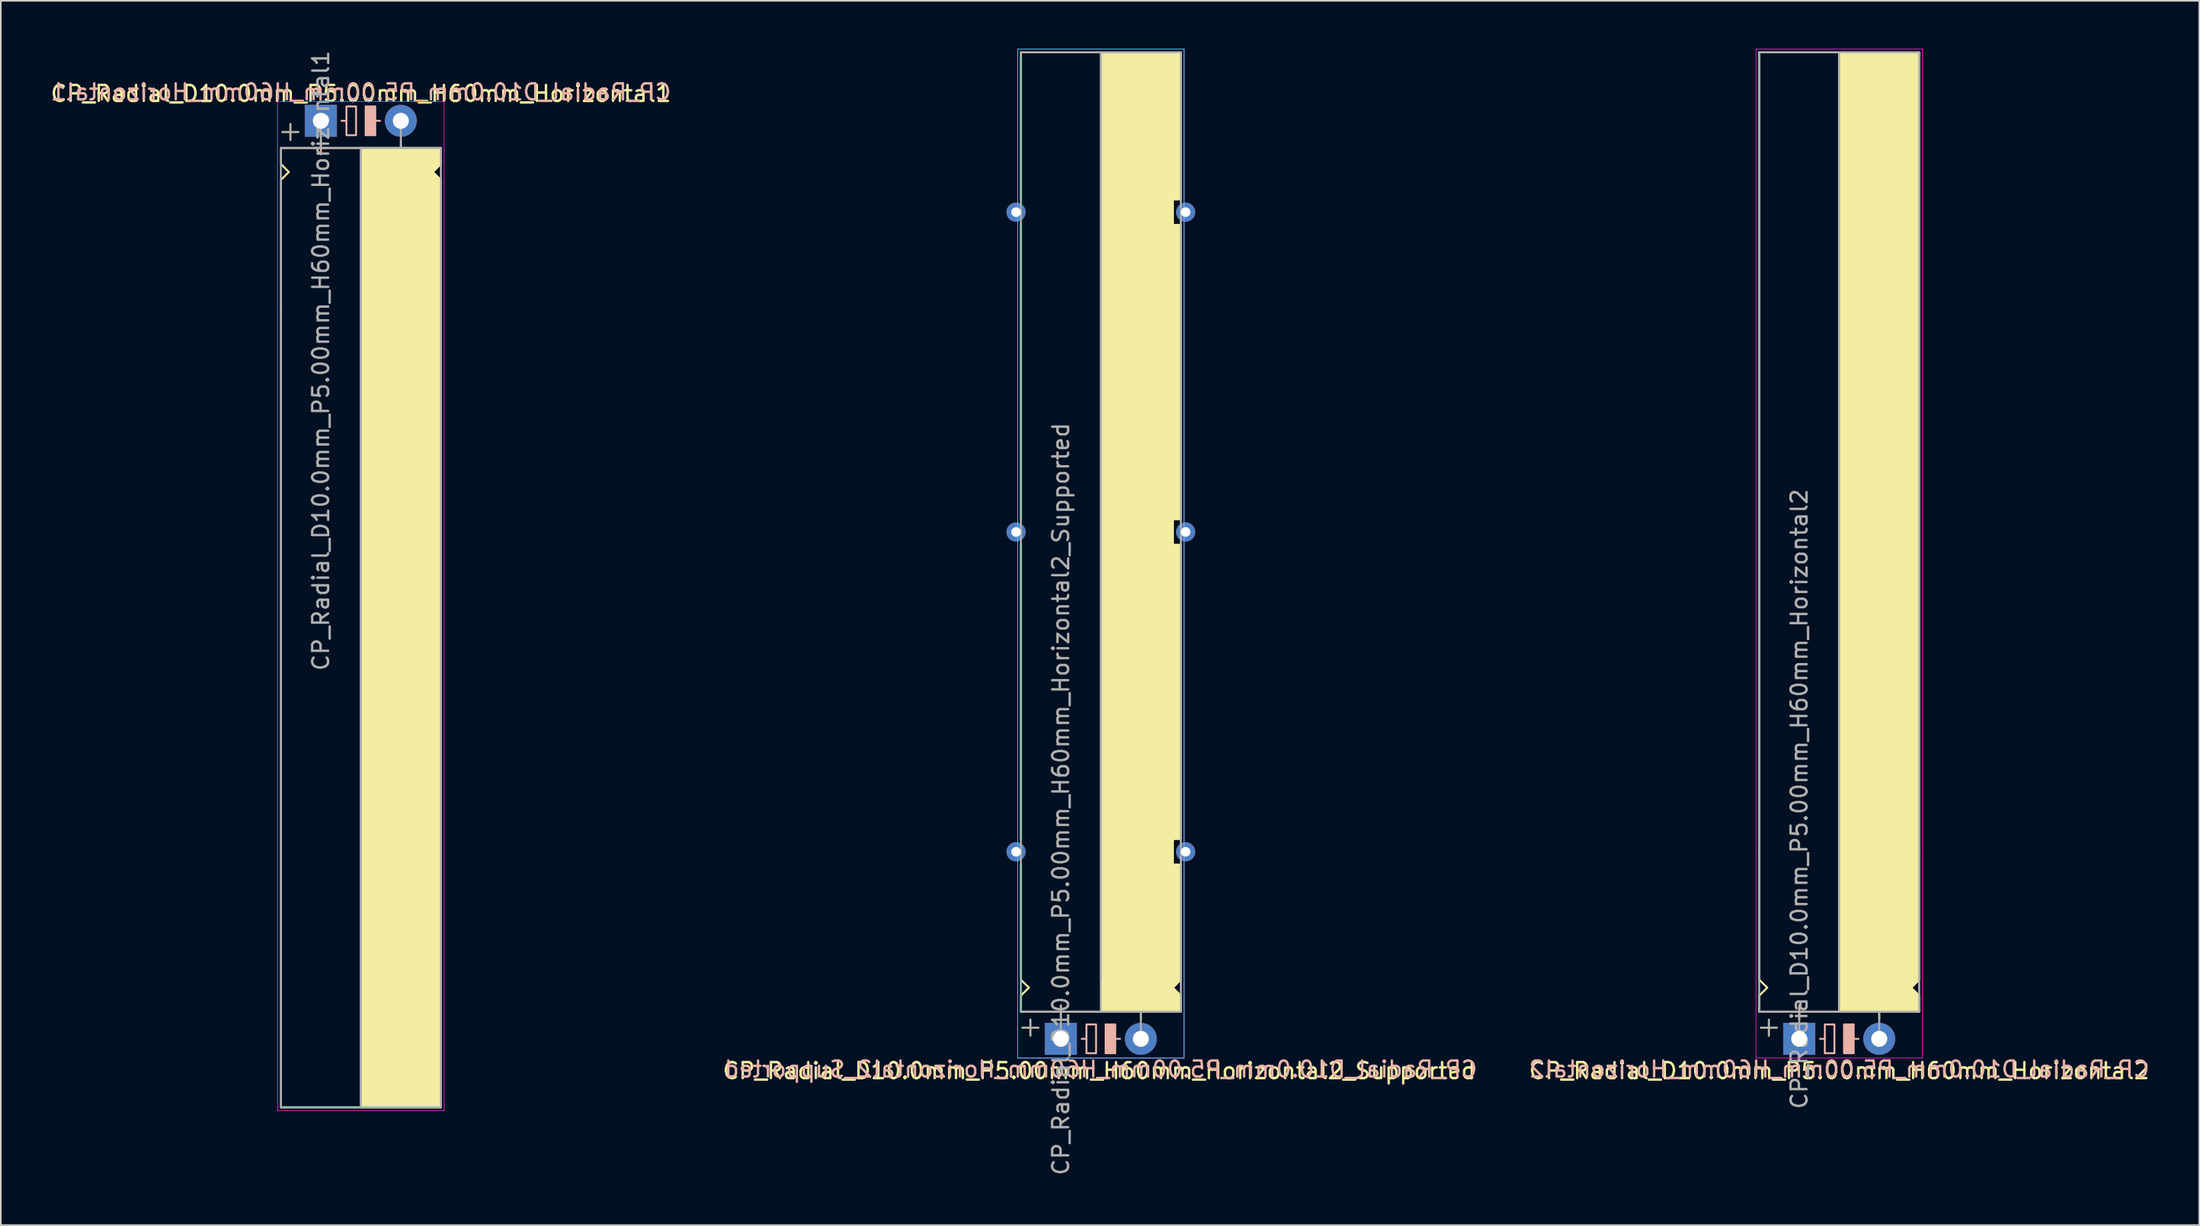
<source format=kicad_pcb>
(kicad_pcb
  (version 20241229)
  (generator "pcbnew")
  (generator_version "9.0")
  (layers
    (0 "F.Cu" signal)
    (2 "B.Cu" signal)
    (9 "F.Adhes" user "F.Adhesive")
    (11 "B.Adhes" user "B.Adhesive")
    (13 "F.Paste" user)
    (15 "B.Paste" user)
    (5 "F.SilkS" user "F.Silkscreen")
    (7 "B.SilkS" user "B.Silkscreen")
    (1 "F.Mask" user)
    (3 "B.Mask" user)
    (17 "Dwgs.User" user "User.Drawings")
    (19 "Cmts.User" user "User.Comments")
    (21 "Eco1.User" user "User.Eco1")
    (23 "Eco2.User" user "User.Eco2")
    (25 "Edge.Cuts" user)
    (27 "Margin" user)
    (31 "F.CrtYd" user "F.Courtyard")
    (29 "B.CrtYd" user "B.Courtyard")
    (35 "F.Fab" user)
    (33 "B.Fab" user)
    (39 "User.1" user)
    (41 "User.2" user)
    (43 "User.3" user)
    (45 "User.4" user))
  (footprint "CP_Radial_D10.0mm_P5.00mm_H60mm_Horizontal1"
    (layer "F.Cu")
    (at 17.006 4.506)
    (property "Reference" "CP_Radial_D10.0mm_P5.00mm_H60mm_Horizontal1" (at 2.5 -1.7 0) (layer "F.SilkS") (effects (font (size 1 1) (thickness 0.15))))
    (fp_line (start -2.5 1.7) (end -2.5 2.7) (stroke (width 0.12) (type solid)) (layer "F.SilkS"))
    (fp_line (start -2.5 2.7) (end -2 3.2) (stroke (width 0.12) (type solid)) (layer "F.SilkS"))
    (fp_line (start -2.5 3.7) (end -2.5 11.7) (stroke (width 0.12) (type solid)) (layer "F.SilkS"))
    (fp_line (start -2.5 11.7) (end -2.5 61.7) (stroke (width 0.12) (type solid)) (layer "F.SilkS"))
    (fp_line (start -2.5 61.7) (end 7.5 61.7) (stroke (width 0.12) (type solid)) (layer "F.SilkS"))
    (fp_line (start -2 3.2) (end -2.5 3.7) (stroke (width 0.12) (type solid)) (layer "F.SilkS"))
    (fp_line (start -1.9 0.2) (end -1.9 1.2) (stroke (width 0.12) (type solid)) (layer "F.SilkS"))
    (fp_line (start -1.4 0.7) (end -2.4 0.7) (stroke (width 0.12) (type solid)) (layer "F.SilkS"))
    (fp_line (start 0 1.7) (end 0 1.2) (stroke (width 0.12) (type solid)) (layer "F.SilkS"))
    (fp_line (start 2.5 1.7) (end -2.5 1.7) (stroke (width 0.12) (type solid)) (layer "F.SilkS"))
    (fp_line (start 2.5 61.7) (end 2.5 1.7) (stroke (width 0.12) (type solid)) (layer "F.SilkS"))
    (fp_line (start 5 1.7) (end 5 1.2) (stroke (width 0.12) (type solid)) (layer "F.SilkS"))
    (fp_line (start 7 3.2) (end 7.5 3.7) (stroke (width 0.12) (type solid)) (layer "F.SilkS"))
    (fp_line (start 7.5 1.7) (end 2.5 1.7) (stroke (width 0.12) (type solid)) (layer "F.SilkS"))
    (fp_line (start 7.5 1.7) (end 7.5 2.7) (stroke (width 0.12) (type solid)) (layer "F.SilkS"))
    (fp_line (start 7.5 2.7) (end 7 3.2) (stroke (width 0.12) (type solid)) (layer "F.SilkS"))
    (fp_line (start 7.5 3.7) (end 7.5 11.7) (stroke (width 0.12) (type solid)) (layer "F.SilkS"))
    (fp_line (start 7.5 11.7) (end 7.5 61.7) (stroke (width 0.12) (type solid)) (layer "F.SilkS"))
    (fp_poly (pts (xy 7.5 2.7) (xy 7 3.2) (xy 7.5 3.7) (xy 7.5 61.7) (xy 2.5 61.7) (xy 2.5 1.7) (xy 7.5 1.7)) (stroke (width 0.1) (type solid)) (fill yes) (layer "F.SilkS"))
    (fp_line (start 0 1.3) (end 0 2.1) (stroke (width 0.12) (type solid)) (layer "B.SilkS"))
    (fp_line (start 0.4 1.7) (end -0.4 1.7) (stroke (width 0.12) (type solid)) (layer "B.SilkS"))
    (fp_line (start 1.6 0) (end 1.3 0) (stroke (width 0.12) (type solid)) (layer "B.SilkS"))
    (fp_line (start 3.7 0) (end 3.4 0) (stroke (width 0.12) (type solid)) (layer "B.SilkS"))
    (fp_rect (start 2.2 -0.9) (end 1.6 0.9) (stroke (width 0.12) (type solid)) (fill no) (layer "B.SilkS"))
    (fp_rect (start 3.4 -0.9) (end 2.8 0.9) (stroke (width 0.12) (type solid)) (fill yes) (layer "B.SilkS"))
    (fp_line (start -2.7 -1.2) (end 5.3 -1.2) (stroke (width 0.04) (type solid)) (layer "F.CrtYd"))
    (fp_line (start -2.7 61.9) (end -2.7 -1.2) (stroke (width 0.04) (type solid)) (layer "F.CrtYd"))
    (fp_line (start 5.3 -1.2) (end 7.7 -1.2) (stroke (width 0.04) (type solid)) (layer "F.CrtYd"))
    (fp_line (start 7.7 -1.2) (end 7.7 61.9) (stroke (width 0.04) (type solid)) (layer "F.CrtYd"))
    (fp_line (start 7.7 61.9) (end -2.7 61.9) (stroke (width 0.04) (type solid)) (layer "F.CrtYd"))
    (fp_line (start -2.5 1.7) (end -2.5 61.7) (stroke (width 0.12) (type solid)) (layer "F.Fab"))
    (fp_line (start -2.5 61.7) (end 7.5 61.7) (stroke (width 0.12) (type solid)) (layer "F.Fab"))
    (fp_line (start -2.4 0.7) (end -1.4 0.7) (stroke (width 0.1) (type solid)) (layer "F.Fab"))
    (fp_line (start -1.9 1.2) (end -1.9 0.2) (stroke (width 0.1) (type solid)) (layer "F.Fab"))
    (fp_line (start 0 1.7) (end 0 0) (stroke (width 0.12) (type solid)) (layer "F.Fab"))
    (fp_line (start 2.5 1.7) (end 2.5 61.7) (stroke (width 0.12) (type solid)) (layer "F.Fab"))
    (fp_line (start 5 1.7) (end 5 0) (stroke (width 0.12) (type solid)) (layer "F.Fab"))
    (fp_line (start 7.5 1.7) (end -2.5 1.7) (stroke (width 0.12) (type solid)) (layer "F.Fab"))
    (fp_line (start 7.5 61.7) (end 7.5 1.7) (stroke (width 0.12) (type solid)) (layer "F.Fab"))
    (fp_poly (pts (xy 7.5 61.7) (xy 2.5 61.7) (xy 2.5 1.7) (xy 7.5 1.7)) (stroke (width 0.1) (type solid)) (fill no) (layer "F.Fab"))
    (fp_text user "${REFERENCE}" (at 2.5 -1.8 0) (layer "B.SilkS") (effects (font (size 1 1) (thickness 0.15)) (justify mirror)))
    (fp_text user "${REFERENCE}" (at 0 15 90) (layer "F.Fab") (effects (font (size 1 1) (thickness 0.15))))
    (pad "1" thru_hole rect (at 0 0) (size 2 2) (drill 1) (layers "*.Cu" "*.Mask"))
    (pad "2" thru_hole circle (at 5 0) (size 2 2) (drill 1) (layers "*.Cu" "*.Mask")))
  (footprint "CP_Radial_D10.0mm_P5.00mm_H60mm_Horizontal2_Supported"
    (layer "F.Cu")
    (at 63.261 61.92)
    (property "Reference" "CP_Radial_D10.0mm_P5.00mm_H60mm_Horizontal2_Supported" (at 2.4 2 0) (layer "F.SilkS") (effects (font (size 1 1) (thickness 0.15))))
    (fp_line (start -2.5 -61.7) (end 7.5 -61.7) (stroke (width 0.12) (type solid)) (layer "F.SilkS"))
    (fp_line (start -2.5 -52.5) (end -2.5 -61.7) (stroke (width 0.12) (type solid)) (layer "F.SilkS"))
    (fp_line (start -2.5 -50.9) (end -2.5 -32.5) (stroke (width 0.12) (type solid)) (layer "F.SilkS"))
    (fp_line (start -2.5 -12.5) (end -2.5 -30.9) (stroke (width 0.12) (type solid)) (layer "F.SilkS"))
    (fp_line (start -2.5 -3.8) (end -2.5 -10.9) (stroke (width 0.12) (type solid)) (layer "F.SilkS"))
    (fp_line (start -2.5 -2.7) (end -2 -3.2) (stroke (width 0.12) (type solid)) (layer "F.SilkS"))
    (fp_line (start -2.5 -1.7) (end -2.5 -2.7) (stroke (width 0.12) (type solid)) (layer "F.SilkS"))
    (fp_line (start -2 -3.2) (end -2.5 -3.7) (stroke (width 0.12) (type solid)) (layer "F.SilkS"))
    (fp_line (start -1.9 -1.2) (end -1.9 -0.2) (stroke (width 0.12) (type solid)) (layer "F.SilkS"))
    (fp_line (start -1.4 -0.7) (end -2.4 -0.7) (stroke (width 0.12) (type solid)) (layer "F.SilkS"))
    (fp_line (start 0 -1.7) (end 0 -1.2) (stroke (width 0.12) (type solid)) (layer "F.SilkS"))
    (fp_line (start 2.5 -61.7) (end 2.5 -1.7) (stroke (width 0.12) (type solid)) (layer "F.SilkS"))
    (fp_line (start 2.5 -1.7) (end -2.5 -1.7) (stroke (width 0.12) (type solid)) (layer "F.SilkS"))
    (fp_line (start 5 -1.7) (end 5 -1.2) (stroke (width 0.12) (type solid)) (layer "F.SilkS"))
    (fp_line (start 7 -52.5) (end 7.5 -52.5) (stroke (width 0.12) (type solid)) (layer "F.SilkS"))
    (fp_line (start 7 -50.9) (end 7 -52.5) (stroke (width 0.12) (type solid)) (layer "F.SilkS"))
    (fp_line (start 7 -32.5) (end 7.5 -32.5) (stroke (width 0.12) (type solid)) (layer "F.SilkS"))
    (fp_line (start 7 -30.9) (end 7 -32.5) (stroke (width 0.12) (type solid)) (layer "F.SilkS"))
    (fp_line (start 7 -12.5) (end 7.5 -12.5) (stroke (width 0.12) (type solid)) (layer "F.SilkS"))
    (fp_line (start 7 -10.9) (end 7 -12.5) (stroke (width 0.12) (type solid)) (layer "F.SilkS"))
    (fp_line (start 7 -3.2) (end 7.5 -3.7) (stroke (width 0.12) (type solid)) (layer "F.SilkS"))
    (fp_line (start 7.5 -52.5) (end 7.5 -61.7) (stroke (width 0.12) (type solid)) (layer "F.SilkS"))
    (fp_line (start 7.5 -50.9) (end 7 -50.9) (stroke (width 0.12) (type solid)) (layer "F.SilkS"))
    (fp_line (start 7.5 -50.9) (end 7.5 -32.5) (stroke (width 0.12) (type solid)) (layer "F.SilkS"))
    (fp_line (start 7.5 -30.9) (end 7 -30.9) (stroke (width 0.12) (type solid)) (layer "F.SilkS"))
    (fp_line (start 7.5 -12.5) (end 7.5 -30.9) (stroke (width 0.12) (type solid)) (layer "F.SilkS"))
    (fp_line (start 7.5 -10.9) (end 7 -10.9) (stroke (width 0.12) (type solid)) (layer "F.SilkS"))
    (fp_line (start 7.5 -3.7) (end 7.5 -10.9) (stroke (width 0.12) (type solid)) (layer "F.SilkS"))
    (fp_line (start 7.5 -2.7) (end 7 -3.2) (stroke (width 0.12) (type solid)) (layer "F.SilkS"))
    (fp_line (start 7.5 -1.7) (end 2.5 -1.7) (stroke (width 0.12) (type solid)) (layer "F.SilkS"))
    (fp_line (start 7.5 -1.7) (end 7.5 -2.7) (stroke (width 0.12) (type solid)) (layer "F.SilkS"))
    (fp_poly (pts (xy 7.5 -2.7) (xy 7 -3.2) (xy 7.5 -3.7) (xy 7.5 -10.9) (xy 7 -10.9) (xy 7 -12.5) (xy 7.5 -12.5) (xy 7.5 -30.9) (xy 7 -30.9) (xy 7 -32.5) (xy 7.5 -32.5) (xy 7.5 -50.9) (xy 7 -50.9) (xy 7 -52.5) (xy 7.5 -52.5) (xy 7.5 -61.7) (xy 2.5 -61.7) (xy 2.5 -1.7) (xy 7.5 -1.7)) (stroke (width 0.1) (type solid)) (fill yes) (layer "F.SilkS"))
    (fp_line (start 0 -2.1) (end 0 -1.3) (stroke (width 0.12) (type solid)) (layer "B.SilkS"))
    (fp_line (start 0.4 -1.7) (end -0.4 -1.7) (stroke (width 0.12) (type solid)) (layer "B.SilkS"))
    (fp_line (start 1.6 0) (end 1.3 0) (stroke (width 0.12) (type solid)) (layer "B.SilkS"))
    (fp_line (start 3.7 0) (end 3.4 0) (stroke (width 0.12) (type solid)) (layer "B.SilkS"))
    (fp_rect (start 2.2 -0.9) (end 1.6 0.9) (stroke (width 0.12) (type solid)) (fill no) (layer "B.SilkS"))
    (fp_rect (start 3.4 -0.9) (end 2.8 0.9) (stroke (width 0.12) (type solid)) (fill yes) (layer "B.SilkS"))
    (fp_line (start -2.7 -61.9) (end -2.7 1.2) (stroke (width 0.04) (type solid)) (layer "B.CrtYd"))
    (fp_line (start -2.7 1.2) (end 5.3 1.2) (stroke (width 0.04) (type solid)) (layer "B.CrtYd"))
    (fp_line (start 5.3 1.2) (end 7.7 1.2) (stroke (width 0.04) (type solid)) (layer "B.CrtYd"))
    (fp_line (start 7.7 -61.9) (end -2.7 -61.9) (stroke (width 0.04) (type solid)) (layer "B.CrtYd"))
    (fp_line (start 7.7 1.2) (end 7.7 -61.9) (stroke (width 0.04) (type solid)) (layer "B.CrtYd"))
    (fp_line (start -2.7 -61.9) (end -2.7 1.2) (stroke (width 0.04) (type solid)) (layer "F.CrtYd"))
    (fp_line (start -2.7 1.2) (end 5.3 1.2) (stroke (width 0.04) (type solid)) (layer "F.CrtYd"))
    (fp_line (start 5.3 1.2) (end 7.7 1.2) (stroke (width 0.04) (type solid)) (layer "F.CrtYd"))
    (fp_line (start 7.7 -61.9) (end -2.7 -61.9) (stroke (width 0.04) (type solid)) (layer "F.CrtYd"))
    (fp_line (start 7.7 1.2) (end 7.7 -61.9) (stroke (width 0.04) (type solid)) (layer "F.CrtYd"))
    (fp_line (start -2.5 -61.7) (end 7.5 -61.7) (stroke (width 0.12) (type solid)) (layer "F.Fab"))
    (fp_line (start -2.5 -1.7) (end -2.5 -61.7) (stroke (width 0.12) (type solid)) (layer "F.Fab"))
    (fp_line (start -2.4 -0.7) (end -1.4 -0.7) (stroke (width 0.1) (type solid)) (layer "F.Fab"))
    (fp_line (start -1.9 -0.2) (end -1.9 -1.2) (stroke (width 0.1) (type solid)) (layer "F.Fab"))
    (fp_line (start 0 -1.7) (end 0 0) (stroke (width 0.12) (type solid)) (layer "F.Fab"))
    (fp_line (start 2.5 -3.7) (end 2.5 -61.7) (stroke (width 0.12) (type solid)) (layer "F.Fab"))
    (fp_line (start 5 -1.7) (end 5 0) (stroke (width 0.12) (type solid)) (layer "F.Fab"))
    (fp_line (start 7.5 -61.7) (end 7.5 -1.7) (stroke (width 0.12) (type solid)) (layer "F.Fab"))
    (fp_line (start 7.5 -1.7) (end -2.5 -1.7) (stroke (width 0.12) (type solid)) (layer "F.Fab"))
    (fp_poly (pts (xy 7.5 -61.7) (xy 2.5 -61.7) (xy 2.5 -1.7) (xy 7.5 -1.7)) (stroke (width 0.1) (type solid)) (fill no) (layer "F.Fab"))
    (fp_text user "${REFERENCE}" (at 2.5 1.9 0) (layer "B.SilkS") (effects (font (size 1 1) (thickness 0.15)) (justify mirror)))
    (fp_text user "${REFERENCE}" (at 0 -15 90) (layer "F.Fab") (effects (font (size 1 1) (thickness 0.15))))
    (pad "1" thru_hole rect (at 0 0) (size 2 2) (drill 1) (layers "*.Cu" "*.Mask"))
    (pad "2" thru_hole circle (at 5 0) (size 2 2) (drill 1) (layers "*.Cu" "*.Mask"))
    (pad "~" thru_hole circle (at -2.8 -51.7 180) (size 1.2 1.2) (drill 0.6) (layers "*.Cu" "*.Mask"))
    (pad "~" thru_hole circle (at -2.8 -31.7) (size 1.2 1.2) (drill 0.6) (layers "*.Cu" "*.Mask"))
    (pad "~" thru_hole circle (at -2.8 -11.7) (size 1.2 1.2) (drill 0.6) (layers "*.Cu" "*.Mask"))
    (pad "~" thru_hole circle (at 7.8 -51.7 180) (size 1.2 1.2) (drill 0.6) (layers "*.Cu" "*.Mask"))
    (pad "~" thru_hole circle (at 7.8 -31.7 180) (size 1.2 1.2) (drill 0.6) (layers "*.Cu" "*.Mask"))
    (pad "~" thru_hole circle (at 7.8 -11.7 180) (size 1.2 1.2) (drill 0.6) (layers "*.Cu" "*.Mask")))
  (footprint "CP_Radial_D10.0mm_P5.00mm_H60mm_Horizontal2"
    (layer "F.Cu")
    (at 109.415 61.92)
    (property "Reference" "CP_Radial_D10.0mm_P5.00mm_H60mm_Horizontal2" (at 2.5 2 0) (layer "F.SilkS") (effects (font (size 1 1) (thickness 0.15))))
    (fp_line (start -2.5 -61.7) (end 7.5 -61.7) (stroke (width 0.12) (type solid)) (layer "F.SilkS"))
    (fp_line (start -2.5 -11.7) (end -2.5 -61.7) (stroke (width 0.12) (type solid)) (layer "F.SilkS"))
    (fp_line (start -2.5 -3.7) (end -2.5 -11.7) (stroke (width 0.12) (type solid)) (layer "F.SilkS"))
    (fp_line (start -2.5 -2.7) (end -2 -3.2) (stroke (width 0.12) (type solid)) (layer "F.SilkS"))
    (fp_line (start -2.5 -1.7) (end -2.5 -2.7) (stroke (width 0.12) (type solid)) (layer "F.SilkS"))
    (fp_line (start -2 -3.2) (end -2.5 -3.7) (stroke (width 0.12) (type solid)) (layer "F.SilkS"))
    (fp_line (start -1.9 -1.2) (end -1.9 -0.2) (stroke (width 0.12) (type solid)) (layer "F.SilkS"))
    (fp_line (start -1.4 -0.7) (end -2.4 -0.7) (stroke (width 0.12) (type solid)) (layer "F.SilkS"))
    (fp_line (start 0 -1.7) (end 0 -1.2) (stroke (width 0.12) (type solid)) (layer "F.SilkS"))
    (fp_line (start 2.5 -61.7) (end 2.5 -1.7) (stroke (width 0.12) (type solid)) (layer "F.SilkS"))
    (fp_line (start 2.5 -1.7) (end -2.5 -1.7) (stroke (width 0.12) (type solid)) (layer "F.SilkS"))
    (fp_line (start 5 -1.7) (end 5 -1.2) (stroke (width 0.12) (type solid)) (layer "F.SilkS"))
    (fp_line (start 7 -3.2) (end 7.5 -3.7) (stroke (width 0.12) (type solid)) (layer "F.SilkS"))
    (fp_line (start 7.5 -11.7) (end 7.5 -61.7) (stroke (width 0.12) (type solid)) (layer "F.SilkS"))
    (fp_line (start 7.5 -3.7) (end 7.5 -11.7) (stroke (width 0.12) (type solid)) (layer "F.SilkS"))
    (fp_line (start 7.5 -2.7) (end 7 -3.2) (stroke (width 0.12) (type solid)) (layer "F.SilkS"))
    (fp_line (start 7.5 -1.7) (end 2.5 -1.7) (stroke (width 0.12) (type solid)) (layer "F.SilkS"))
    (fp_line (start 7.5 -1.7) (end 7.5 -2.7) (stroke (width 0.12) (type solid)) (layer "F.SilkS"))
    (fp_poly (pts (xy 7.5 -2.7) (xy 7 -3.2) (xy 7.5 -3.7) (xy 7.5 -61.7) (xy 2.5 -61.7) (xy 2.5 -1.7) (xy 7.5 -1.7)) (stroke (width 0.1) (type solid)) (fill yes) (layer "F.SilkS"))
    (fp_line (start 0 -2.1) (end 0 -1.3) (stroke (width 0.12) (type solid)) (layer "B.SilkS"))
    (fp_line (start 0.4 -1.7) (end -0.4 -1.7) (stroke (width 0.12) (type solid)) (layer "B.SilkS"))
    (fp_line (start 1.6 0) (end 1.3 0) (stroke (width 0.12) (type solid)) (layer "B.SilkS"))
    (fp_line (start 3.7 0) (end 3.4 0) (stroke (width 0.12) (type solid)) (layer "B.SilkS"))
    (fp_rect (start 2.2 -0.9) (end 1.6 0.9) (stroke (width 0.12) (type solid)) (fill no) (layer "B.SilkS"))
    (fp_rect (start 3.4 -0.9) (end 2.8 0.9) (stroke (width 0.12) (type solid)) (fill yes) (layer "B.SilkS"))
    (fp_line (start -2.7 -61.9) (end -2.7 1.2) (stroke (width 0.04) (type solid)) (layer "F.CrtYd"))
    (fp_line (start -2.7 1.2) (end 5.3 1.2) (stroke (width 0.04) (type solid)) (layer "F.CrtYd"))
    (fp_line (start 5.3 1.2) (end 7.7 1.2) (stroke (width 0.04) (type solid)) (layer "F.CrtYd"))
    (fp_line (start 7.7 -61.9) (end -2.7 -61.9) (stroke (width 0.04) (type solid)) (layer "F.CrtYd"))
    (fp_line (start 7.7 1.2) (end 7.7 -61.9) (stroke (width 0.04) (type solid)) (layer "F.CrtYd"))
    (fp_line (start -2.5 -61.7) (end 7.5 -61.7) (stroke (width 0.12) (type solid)) (layer "F.Fab"))
    (fp_line (start -2.5 -1.7) (end -2.5 -61.7) (stroke (width 0.12) (type solid)) (layer "F.Fab"))
    (fp_line (start -2.4 -0.7) (end -1.4 -0.7) (stroke (width 0.1) (type solid)) (layer "F.Fab"))
    (fp_line (start -1.9 -0.2) (end -1.9 -1.2) (stroke (width 0.1) (type solid)) (layer "F.Fab"))
    (fp_line (start 0 -1.7) (end 0 0) (stroke (width 0.12) (type solid)) (layer "F.Fab"))
    (fp_line (start 2.5 -1.7) (end 2.5 -61.7) (stroke (width 0.12) (type solid)) (layer "F.Fab"))
    (fp_line (start 5 -1.7) (end 5 0) (stroke (width 0.12) (type solid)) (layer "F.Fab"))
    (fp_line (start 7.5 -61.7) (end 7.5 -1.7) (stroke (width 0.12) (type solid)) (layer "F.Fab"))
    (fp_line (start 7.5 -1.7) (end -2.5 -1.7) (stroke (width 0.12) (type solid)) (layer "F.Fab"))
    (fp_poly (pts (xy 7.5 -61.7) (xy 2.5 -61.7) (xy 2.5 -1.7) (xy 7.5 -1.7)) (stroke (width 0.1) (type solid)) (fill no) (layer "F.Fab"))
    (fp_text user "${REFERENCE}" (at 2.5 1.9 0) (layer "B.SilkS") (effects (font (size 1 1) (thickness 0.15)) (justify mirror)))
    (fp_text user "${REFERENCE}" (at 0 -15 90) (layer "F.Fab") (effects (font (size 1 1) (thickness 0.15))))
    (pad "1" thru_hole rect (at 0 0) (size 2 2) (drill 1) (layers "*.Cu" "*.Mask"))
    (pad "2" thru_hole circle (at 5 0) (size 2 2) (drill 1) (layers "*.Cu" "*.Mask")))
  (gr_rect
    (start -3 -3)
    (end 134.421 73.569)
    (stroke (width 0.1) (type default))
    (fill no)
    (layer "Edge.Cuts")))
</source>
